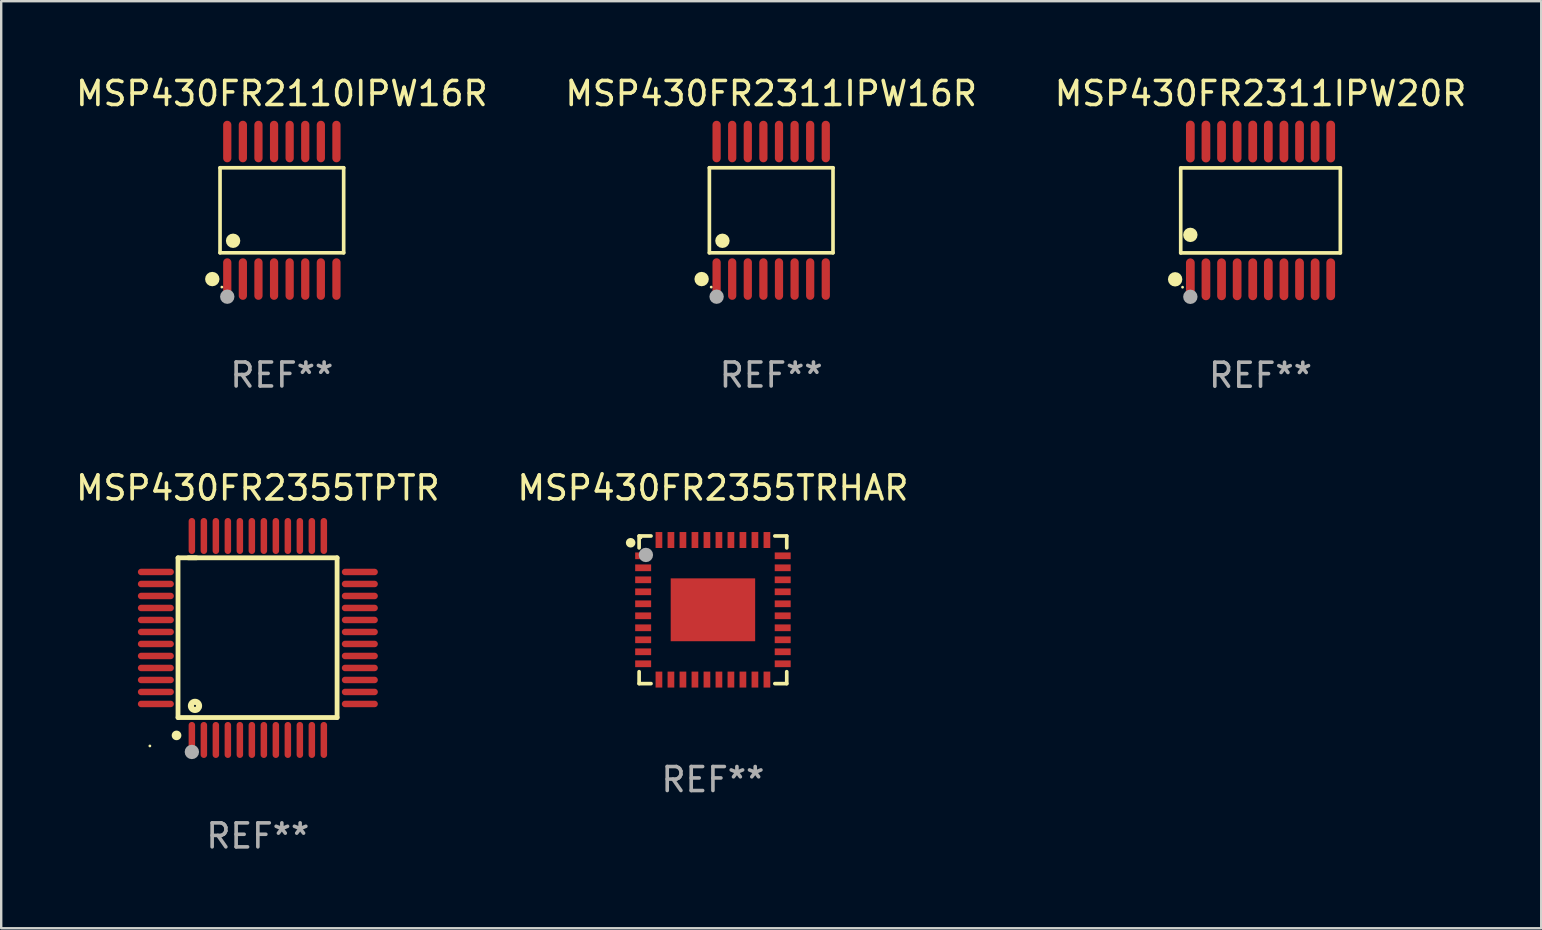
<source format=kicad_pcb>
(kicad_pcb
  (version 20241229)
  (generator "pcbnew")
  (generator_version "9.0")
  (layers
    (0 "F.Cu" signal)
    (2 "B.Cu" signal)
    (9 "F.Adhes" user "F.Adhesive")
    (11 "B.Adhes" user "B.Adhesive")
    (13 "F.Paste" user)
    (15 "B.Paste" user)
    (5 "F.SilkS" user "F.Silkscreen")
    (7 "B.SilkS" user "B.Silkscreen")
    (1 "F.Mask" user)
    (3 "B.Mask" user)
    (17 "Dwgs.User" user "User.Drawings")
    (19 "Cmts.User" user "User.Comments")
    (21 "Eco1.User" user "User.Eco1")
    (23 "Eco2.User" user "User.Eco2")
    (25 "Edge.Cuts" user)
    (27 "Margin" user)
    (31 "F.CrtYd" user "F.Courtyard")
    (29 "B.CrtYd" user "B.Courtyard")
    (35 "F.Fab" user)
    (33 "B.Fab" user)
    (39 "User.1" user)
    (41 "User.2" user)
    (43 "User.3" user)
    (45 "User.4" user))
  (footprint "MSP430FR2355TRHAR"
    (layer "F.Cu")
    (at 26.661 22.363)
    (property "Reference" "MSP430FR2355TRHAR" (at 0 -5.076 0) (layer "F.SilkS") (effects (font (size 1 1) (thickness 0.15))))
    (attr through_hole)
    (fp_line (start -3.076 -3.076) (end -3.076 -2.58) (stroke (width 0.152) (type solid)) (layer "F.SilkS"))
    (fp_line (start -3.076 3.076) (end -3.076 2.58) (stroke (width 0.152) (type solid)) (layer "F.SilkS"))
    (fp_line (start -2.58 -3.076) (end -3.076 -3.076) (stroke (width 0.152) (type solid)) (layer "F.SilkS"))
    (fp_line (start -2.58 3.076) (end -3.076 3.076) (stroke (width 0.152) (type solid)) (layer "F.SilkS"))
    (fp_line (start 2.58 -3.076) (end 3.076 -3.076) (stroke (width 0.152) (type solid)) (layer "F.SilkS"))
    (fp_line (start 2.58 3.076) (end 3.076 3.076) (stroke (width 0.152) (type solid)) (layer "F.SilkS"))
    (fp_line (start 3.076 -3.076) (end 3.076 -2.58) (stroke (width 0.152) (type solid)) (layer "F.SilkS"))
    (fp_line (start 3.076 3.076) (end 3.076 2.58) (stroke (width 0.152) (type solid)) (layer "F.SilkS"))
    (fp_circle (center -3.429 -2.794) (end -3.329 -2.794) (stroke (width 0.2) (type solid)) (fill no) (layer "F.SilkS"))
    (fp_circle (center -3 -3) (end -2.97 -3) (stroke (width 0.06) (type solid)) (fill no) (layer "F.SilkS"))
    (fp_circle (center -2.794 -2.286) (end -2.644 -2.286) (stroke (width 0.3) (type solid)) (fill no) (layer "F.Fab"))
    (fp_text user "REF**" (at 0 7.076 0) (layer "F.Fab") (effects (font (size 1 1) (thickness 0.15))))
    (pad "1" smd rect (at -2.908 -2.25) (size 0.665 0.28) (layers "F.Cu" "F.Mask" "F.Paste"))
    (pad "2" smd rect (at -2.908 -1.75) (size 0.665 0.28) (layers "F.Cu" "F.Mask" "F.Paste"))
    (pad "3" smd rect (at -2.908 -1.25) (size 0.665 0.28) (layers "F.Cu" "F.Mask" "F.Paste"))
    (pad "4" smd rect (at -2.908 -0.75) (size 0.665 0.28) (layers "F.Cu" "F.Mask" "F.Paste"))
    (pad "5" smd rect (at -2.908 -0.25) (size 0.665 0.28) (layers "F.Cu" "F.Mask" "F.Paste"))
    (pad "6" smd rect (at -2.908 0.25) (size 0.665 0.28) (layers "F.Cu" "F.Mask" "F.Paste"))
    (pad "7" smd rect (at -2.908 0.75) (size 0.665 0.28) (layers "F.Cu" "F.Mask" "F.Paste"))
    (pad "8" smd rect (at -2.908 1.25) (size 0.665 0.28) (layers "F.Cu" "F.Mask" "F.Paste"))
    (pad "9" smd rect (at -2.908 1.75) (size 0.665 0.28) (layers "F.Cu" "F.Mask" "F.Paste"))
    (pad "10" smd rect (at -2.908 2.25) (size 0.665 0.28) (layers "F.Cu" "F.Mask" "F.Paste"))
    (pad "11" smd rect (at -2.25 2.908) (size 0.28 0.665) (layers "F.Cu" "F.Mask" "F.Paste"))
    (pad "12" smd rect (at -1.75 2.908) (size 0.28 0.665) (layers "F.Cu" "F.Mask" "F.Paste"))
    (pad "13" smd rect (at -1.25 2.908) (size 0.28 0.665) (layers "F.Cu" "F.Mask" "F.Paste"))
    (pad "14" smd rect (at -0.75 2.908) (size 0.28 0.665) (layers "F.Cu" "F.Mask" "F.Paste"))
    (pad "15" smd rect (at -0.25 2.908) (size 0.28 0.665) (layers "F.Cu" "F.Mask" "F.Paste"))
    (pad "16" smd rect (at 0.25 2.908) (size 0.28 0.665) (layers "F.Cu" "F.Mask" "F.Paste"))
    (pad "17" smd rect (at 0.75 2.908) (size 0.28 0.665) (layers "F.Cu" "F.Mask" "F.Paste"))
    (pad "18" smd rect (at 1.25 2.908) (size 0.28 0.665) (layers "F.Cu" "F.Mask" "F.Paste"))
    (pad "19" smd rect (at 1.75 2.908) (size 0.28 0.665) (layers "F.Cu" "F.Mask" "F.Paste"))
    (pad "20" smd rect (at 2.25 2.908) (size 0.28 0.665) (layers "F.Cu" "F.Mask" "F.Paste"))
    (pad "21" smd rect (at 2.908 2.25) (size 0.665 0.28) (layers "F.Cu" "F.Mask" "F.Paste"))
    (pad "22" smd rect (at 2.908 1.75) (size 0.665 0.28) (layers "F.Cu" "F.Mask" "F.Paste"))
    (pad "23" smd rect (at 2.908 1.25) (size 0.665 0.28) (layers "F.Cu" "F.Mask" "F.Paste"))
    (pad "24" smd rect (at 2.908 0.75) (size 0.665 0.28) (layers "F.Cu" "F.Mask" "F.Paste"))
    (pad "25" smd rect (at 2.908 0.25) (size 0.665 0.28) (layers "F.Cu" "F.Mask" "F.Paste"))
    (pad "26" smd rect (at 2.908 -0.25) (size 0.665 0.28) (layers "F.Cu" "F.Mask" "F.Paste"))
    (pad "27" smd rect (at 2.908 -0.75) (size 0.665 0.28) (layers "F.Cu" "F.Mask" "F.Paste"))
    (pad "28" smd rect (at 2.908 -1.25) (size 0.665 0.28) (layers "F.Cu" "F.Mask" "F.Paste"))
    (pad "29" smd rect (at 2.908 -1.75) (size 0.665 0.28) (layers "F.Cu" "F.Mask" "F.Paste"))
    (pad "30" smd rect (at 2.908 -2.25) (size 0.665 0.28) (layers "F.Cu" "F.Mask" "F.Paste"))
    (pad "31" smd rect (at 2.25 -2.908) (size 0.28 0.665) (layers "F.Cu" "F.Mask" "F.Paste"))
    (pad "32" smd rect (at 1.75 -2.908) (size 0.28 0.665) (layers "F.Cu" "F.Mask" "F.Paste"))
    (pad "33" smd rect (at 1.25 -2.908) (size 0.28 0.665) (layers "F.Cu" "F.Mask" "F.Paste"))
    (pad "34" smd rect (at 0.75 -2.908) (size 0.28 0.665) (layers "F.Cu" "F.Mask" "F.Paste"))
    (pad "35" smd rect (at 0.25 -2.908) (size 0.28 0.665) (layers "F.Cu" "F.Mask" "F.Paste"))
    (pad "36" smd rect (at -0.25 -2.908) (size 0.28 0.665) (layers "F.Cu" "F.Mask" "F.Paste"))
    (pad "37" smd rect (at -0.75 -2.908) (size 0.28 0.665) (layers "F.Cu" "F.Mask" "F.Paste"))
    (pad "38" smd rect (at -1.25 -2.908) (size 0.28 0.665) (layers "F.Cu" "F.Mask" "F.Paste"))
    (pad "39" smd rect (at -1.75 -2.908) (size 0.28 0.665) (layers "F.Cu" "F.Mask" "F.Paste"))
    (pad "40" smd rect (at -2.25 -2.908) (size 0.28 0.665) (layers "F.Cu" "F.Mask" "F.Paste"))
    (pad "41" smd rect (at 0 0) (size 3.52 2.62) (layers "F.Cu" "F.Mask" "F.Paste")))
  (footprint "MSP430FR2355TPTR"
    (layer "F.Cu")
    (at 7.696 23.537)
    (property "Reference" "MSP430FR2355TPTR" (at 0 -6.25 0) (layer "F.SilkS") (effects (font (size 1 1) (thickness 0.15))))
    (attr through_hole)
    (fp_line (start -3.327 -3.34) (end -2.565 -3.34) (stroke (width 0.2) (type solid)) (layer "F.SilkS"))
    (fp_line (start -3.327 3.315) (end -3.327 -3.34) (stroke (width 0.2) (type solid)) (layer "F.SilkS"))
    (fp_line (start -2.896 -3.34) (end 3.302 -3.34) (stroke (width 0.2) (type solid)) (layer "F.SilkS"))
    (fp_line (start 3.302 -3.34) (end 3.302 3.315) (stroke (width 0.2) (type solid)) (layer "F.SilkS"))
    (fp_line (start 3.302 3.315) (end -3.327 3.315) (stroke (width 0.2) (type solid)) (layer "F.SilkS"))
    (fp_arc (start -3.389992 4.059995) (mid -3.388722 4.059991) (end -3.387452 4.059995) (stroke (width 0.4) (type solid)) (layer "F.SilkS"))
    (fp_circle (center -4.5 4.5) (end -4.47 4.5) (stroke (width 0.06) (type solid)) (fill no) (layer "F.SilkS"))
    (fp_circle (center -2.62 2.83) (end -2.45 2.83) (stroke (width 0.254) (type solid)) (fill no) (layer "F.SilkS"))
    (fp_circle (center -2.75 4.75) (end -2.6 4.75) (stroke (width 0.3) (type solid)) (fill no) (layer "F.Fab"))
    (fp_text user "REF**" (at 0 8.25 0) (layer "F.Fab") (effects (font (size 1 1) (thickness 0.15))))
    (pad "1" smd oval (at -2.75 4.25) (size 0.27 1.5) (layers "F.Cu" "F.Mask" "F.Paste"))
    (pad "2" smd oval (at -2.25 4.25) (size 0.27 1.5) (layers "F.Cu" "F.Mask" "F.Paste"))
    (pad "3" smd oval (at -1.75 4.25) (size 0.27 1.5) (layers "F.Cu" "F.Mask" "F.Paste"))
    (pad "4" smd oval (at -1.25 4.25) (size 0.27 1.5) (layers "F.Cu" "F.Mask" "F.Paste"))
    (pad "5" smd oval (at -0.75 4.25) (size 0.27 1.5) (layers "F.Cu" "F.Mask" "F.Paste"))
    (pad "6" smd oval (at -0.25 4.25) (size 0.27 1.5) (layers "F.Cu" "F.Mask" "F.Paste"))
    (pad "7" smd oval (at 0.25 4.25) (size 0.27 1.5) (layers "F.Cu" "F.Mask" "F.Paste"))
    (pad "8" smd oval (at 0.75 4.25) (size 0.27 1.5) (layers "F.Cu" "F.Mask" "F.Paste"))
    (pad "9" smd oval (at 1.25 4.25) (size 0.27 1.5) (layers "F.Cu" "F.Mask" "F.Paste"))
    (pad "10" smd oval (at 1.75 4.25) (size 0.27 1.5) (layers "F.Cu" "F.Mask" "F.Paste"))
    (pad "11" smd oval (at 2.25 4.25) (size 0.27 1.5) (layers "F.Cu" "F.Mask" "F.Paste"))
    (pad "12" smd oval (at 2.75 4.25) (size 0.27 1.5) (layers "F.Cu" "F.Mask" "F.Paste"))
    (pad "13" smd oval (at 4.25 2.75) (size 1.5 0.27) (layers "F.Cu" "F.Mask" "F.Paste"))
    (pad "14" smd oval (at 4.25 2.25) (size 1.5 0.27) (layers "F.Cu" "F.Mask" "F.Paste"))
    (pad "15" smd oval (at 4.25 1.75) (size 1.5 0.27) (layers "F.Cu" "F.Mask" "F.Paste"))
    (pad "16" smd oval (at 4.25 1.25) (size 1.5 0.27) (layers "F.Cu" "F.Mask" "F.Paste"))
    (pad "17" smd oval (at 4.25 0.75) (size 1.5 0.27) (layers "F.Cu" "F.Mask" "F.Paste"))
    (pad "18" smd oval (at 4.25 0.25) (size 1.5 0.27) (layers "F.Cu" "F.Mask" "F.Paste"))
    (pad "19" smd oval (at 4.25 -0.25) (size 1.5 0.27) (layers "F.Cu" "F.Mask" "F.Paste"))
    (pad "20" smd oval (at 4.25 -0.75) (size 1.5 0.27) (layers "F.Cu" "F.Mask" "F.Paste"))
    (pad "21" smd oval (at 4.25 -1.25) (size 1.5 0.27) (layers "F.Cu" "F.Mask" "F.Paste"))
    (pad "22" smd oval (at 4.25 -1.75) (size 1.5 0.27) (layers "F.Cu" "F.Mask" "F.Paste"))
    (pad "23" smd oval (at 4.25 -2.25) (size 1.5 0.27) (layers "F.Cu" "F.Mask" "F.Paste"))
    (pad "24" smd oval (at 4.25 -2.75) (size 1.5 0.27) (layers "F.Cu" "F.Mask" "F.Paste"))
    (pad "25" smd oval (at 2.75 -4.25) (size 0.27 1.5) (layers "F.Cu" "F.Mask" "F.Paste"))
    (pad "26" smd oval (at 2.25 -4.25) (size 0.27 1.5) (layers "F.Cu" "F.Mask" "F.Paste"))
    (pad "27" smd oval (at 1.75 -4.25) (size 0.27 1.5) (layers "F.Cu" "F.Mask" "F.Paste"))
    (pad "28" smd oval (at 1.25 -4.25) (size 0.27 1.5) (layers "F.Cu" "F.Mask" "F.Paste"))
    (pad "29" smd oval (at 0.75 -4.25) (size 0.27 1.5) (layers "F.Cu" "F.Mask" "F.Paste"))
    (pad "30" smd oval (at 0.25 -4.25) (size 0.27 1.5) (layers "F.Cu" "F.Mask" "F.Paste"))
    (pad "31" smd oval (at -0.25 -4.25) (size 0.27 1.5) (layers "F.Cu" "F.Mask" "F.Paste"))
    (pad "32" smd oval (at -0.75 -4.25) (size 0.27 1.5) (layers "F.Cu" "F.Mask" "F.Paste"))
    (pad "33" smd oval (at -1.25 -4.25) (size 0.27 1.5) (layers "F.Cu" "F.Mask" "F.Paste"))
    (pad "34" smd oval (at -1.75 -4.25) (size 0.27 1.5) (layers "F.Cu" "F.Mask" "F.Paste"))
    (pad "35" smd oval (at -2.25 -4.25) (size 0.27 1.5) (layers "F.Cu" "F.Mask" "F.Paste"))
    (pad "36" smd oval (at -2.75 -4.25) (size 0.27 1.5) (layers "F.Cu" "F.Mask" "F.Paste"))
    (pad "37" smd oval (at -4.25 -2.75) (size 1.5 0.27) (layers "F.Cu" "F.Mask" "F.Paste"))
    (pad "38" smd oval (at -4.25 -2.25) (size 1.5 0.27) (layers "F.Cu" "F.Mask" "F.Paste"))
    (pad "39" smd oval (at -4.25 -1.75) (size 1.5 0.27) (layers "F.Cu" "F.Mask" "F.Paste"))
    (pad "40" smd oval (at -4.25 -1.25) (size 1.5 0.27) (layers "F.Cu" "F.Mask" "F.Paste"))
    (pad "41" smd oval (at -4.25 -0.75) (size 1.5 0.27) (layers "F.Cu" "F.Mask" "F.Paste"))
    (pad "42" smd oval (at -4.25 -0.25) (size 1.5 0.27) (layers "F.Cu" "F.Mask" "F.Paste"))
    (pad "43" smd oval (at -4.25 0.25) (size 1.5 0.27) (layers "F.Cu" "F.Mask" "F.Paste"))
    (pad "44" smd oval (at -4.25 0.75) (size 1.5 0.27) (layers "F.Cu" "F.Mask" "F.Paste"))
    (pad "45" smd oval (at -4.25 1.25) (size 1.5 0.27) (layers "F.Cu" "F.Mask" "F.Paste"))
    (pad "46" smd oval (at -4.25 1.75) (size 1.5 0.27) (layers "F.Cu" "F.Mask" "F.Paste"))
    (pad "47" smd oval (at -4.25 2.25) (size 1.5 0.27) (layers "F.Cu" "F.Mask" "F.Paste"))
    (pad "48" smd oval (at -4.25 2.75) (size 1.5 0.27) (layers "F.Cu" "F.Mask" "F.Paste")))
  (footprint "MSP430FR2311IPW20R"
    (layer "F.Cu")
    (at 49.482 5.719)
    (property "Reference" "MSP430FR2311IPW20R" (at 0 -4.871 0) (layer "F.SilkS") (effects (font (size 1 1) (thickness 0.15))))
    (attr through_hole)
    (fp_line (start -3.326 -1.771) (end 3.326 -1.771) (stroke (width 0.152) (type solid)) (layer "F.SilkS"))
    (fp_line (start -3.326 1.771) (end -3.326 -1.771) (stroke (width 0.152) (type solid)) (layer "F.SilkS"))
    (fp_line (start 3.326 -1.771) (end 3.326 1.771) (stroke (width 0.152) (type solid)) (layer "F.SilkS"))
    (fp_line (start 3.326 1.771) (end -3.326 1.771) (stroke (width 0.152) (type solid)) (layer "F.SilkS"))
    (fp_circle (center -3.559 2.871) (end -3.409 2.871) (stroke (width 0.3) (type solid)) (fill no) (layer "F.SilkS"))
    (fp_circle (center -3.25 3.2) (end -3.22 3.2) (stroke (width 0.06) (type solid)) (fill no) (layer "F.SilkS"))
    (fp_circle (center -2.925 1.019) (end -2.775 1.019) (stroke (width 0.3) (type solid)) (fill no) (layer "F.SilkS"))
    (fp_circle (center -2.925 3.6) (end -2.775 3.6) (stroke (width 0.3) (type solid)) (fill no) (layer "F.Fab"))
    (fp_text user "REF**" (at 0 6.871 0) (layer "F.Fab") (effects (font (size 1 1) (thickness 0.15))))
    (pad "1" smd oval (at -2.925 2.871) (size 0.364 1.742) (layers "F.Cu" "F.Mask" "F.Paste"))
    (pad "2" smd oval (at -2.275 2.871) (size 0.364 1.742) (layers "F.Cu" "F.Mask" "F.Paste"))
    (pad "3" smd oval (at -1.625 2.871) (size 0.364 1.742) (layers "F.Cu" "F.Mask" "F.Paste"))
    (pad "4" smd oval (at -0.975 2.871) (size 0.364 1.742) (layers "F.Cu" "F.Mask" "F.Paste"))
    (pad "5" smd oval (at -0.325 2.871) (size 0.364 1.742) (layers "F.Cu" "F.Mask" "F.Paste"))
    (pad "6" smd oval (at 0.325 2.871) (size 0.364 1.742) (layers "F.Cu" "F.Mask" "F.Paste"))
    (pad "7" smd oval (at 0.975 2.871) (size 0.364 1.742) (layers "F.Cu" "F.Mask" "F.Paste"))
    (pad "8" smd oval (at 1.625 2.871) (size 0.364 1.742) (layers "F.Cu" "F.Mask" "F.Paste"))
    (pad "9" smd oval (at 2.275 2.871) (size 0.364 1.742) (layers "F.Cu" "F.Mask" "F.Paste"))
    (pad "10" smd oval (at 2.925 2.871) (size 0.364 1.742) (layers "F.Cu" "F.Mask" "F.Paste"))
    (pad "11" smd oval (at 2.925 -2.871) (size 0.364 1.742) (layers "F.Cu" "F.Mask" "F.Paste"))
    (pad "12" smd oval (at 2.275 -2.871) (size 0.364 1.742) (layers "F.Cu" "F.Mask" "F.Paste"))
    (pad "13" smd oval (at 1.625 -2.871) (size 0.364 1.742) (layers "F.Cu" "F.Mask" "F.Paste"))
    (pad "14" smd oval (at 0.975 -2.871) (size 0.364 1.742) (layers "F.Cu" "F.Mask" "F.Paste"))
    (pad "15" smd oval (at 0.325 -2.871) (size 0.364 1.742) (layers "F.Cu" "F.Mask" "F.Paste"))
    (pad "16" smd oval (at -0.325 -2.871) (size 0.364 1.742) (layers "F.Cu" "F.Mask" "F.Paste"))
    (pad "17" smd oval (at -0.975 -2.871) (size 0.364 1.742) (layers "F.Cu" "F.Mask" "F.Paste"))
    (pad "18" smd oval (at -1.625 -2.871) (size 0.364 1.742) (layers "F.Cu" "F.Mask" "F.Paste"))
    (pad "19" smd oval (at -2.275 -2.871) (size 0.364 1.742) (layers "F.Cu" "F.Mask" "F.Paste"))
    (pad "20" smd oval (at -2.925 -2.871) (size 0.364 1.742) (layers "F.Cu" "F.Mask" "F.Paste")))
  (footprint "MSP430FR2110IPW16R"
    (layer "F.Cu")
    (at 8.696 5.714)
    (property "Reference" "MSP430FR2110IPW16R" (at 0 -4.866 0) (layer "F.SilkS") (effects (font (size 1 1) (thickness 0.15))))
    (attr through_hole)
    (fp_line (start -2.576 -1.772) (end 2.576 -1.772) (stroke (width 0.152) (type solid)) (layer "F.SilkS"))
    (fp_line (start -2.576 1.771) (end -2.576 -1.772) (stroke (width 0.152) (type solid)) (layer "F.SilkS"))
    (fp_line (start 2.576 -1.772) (end 2.576 1.771) (stroke (width 0.152) (type solid)) (layer "F.SilkS"))
    (fp_line (start 2.576 1.771) (end -2.576 1.771) (stroke (width 0.152) (type solid)) (layer "F.SilkS"))
    (fp_circle (center -2.899 2.866) (end -2.749 2.866) (stroke (width 0.3) (type solid)) (fill no) (layer "F.SilkS"))
    (fp_circle (center -2.5 3.2) (end -2.47 3.2) (stroke (width 0.06) (type solid)) (fill no) (layer "F.SilkS"))
    (fp_circle (center -2.032 1.27) (end -1.882 1.27) (stroke (width 0.3) (type solid)) (fill no) (layer "F.SilkS"))
    (fp_circle (center -2.275 3.6) (end -2.125 3.6) (stroke (width 0.3) (type solid)) (fill no) (layer "F.Fab"))
    (fp_text user "REF**" (at 0 6.866 0) (layer "F.Fab") (effects (font (size 1 1) (thickness 0.15))))
    (pad "1" smd oval (at -2.275 2.866) (size 0.343 1.731) (layers "F.Cu" "F.Mask" "F.Paste"))
    (pad "2" smd oval (at -1.625 2.866) (size 0.343 1.731) (layers "F.Cu" "F.Mask" "F.Paste"))
    (pad "3" smd oval (at -0.975 2.866) (size 0.343 1.731) (layers "F.Cu" "F.Mask" "F.Paste"))
    (pad "4" smd oval (at -0.325 2.866) (size 0.343 1.731) (layers "F.Cu" "F.Mask" "F.Paste"))
    (pad "5" smd oval (at 0.325 2.866) (size 0.343 1.731) (layers "F.Cu" "F.Mask" "F.Paste"))
    (pad "6" smd oval (at 0.975 2.866) (size 0.343 1.731) (layers "F.Cu" "F.Mask" "F.Paste"))
    (pad "7" smd oval (at 1.625 2.866) (size 0.343 1.731) (layers "F.Cu" "F.Mask" "F.Paste"))
    (pad "8" smd oval (at 2.275 2.866) (size 0.343 1.731) (layers "F.Cu" "F.Mask" "F.Paste"))
    (pad "9" smd oval (at 2.275 -2.866) (size 0.343 1.731) (layers "F.Cu" "F.Mask" "F.Paste"))
    (pad "10" smd oval (at 1.625 -2.866) (size 0.343 1.731) (layers "F.Cu" "F.Mask" "F.Paste"))
    (pad "11" smd oval (at 0.975 -2.866) (size 0.343 1.731) (layers "F.Cu" "F.Mask" "F.Paste"))
    (pad "12" smd oval (at 0.325 -2.866) (size 0.343 1.731) (layers "F.Cu" "F.Mask" "F.Paste"))
    (pad "13" smd oval (at -0.325 -2.866) (size 0.343 1.731) (layers "F.Cu" "F.Mask" "F.Paste"))
    (pad "14" smd oval (at -0.975 -2.866) (size 0.343 1.731) (layers "F.Cu" "F.Mask" "F.Paste"))
    (pad "15" smd oval (at -1.625 -2.866) (size 0.343 1.731) (layers "F.Cu" "F.Mask" "F.Paste"))
    (pad "16" smd oval (at -2.275 -2.866) (size 0.343 1.731) (layers "F.Cu" "F.Mask" "F.Paste")))
  (footprint "MSP430FR2311IPW16R"
    (layer "F.Cu")
    (at 29.089 5.714)
    (property "Reference" "MSP430FR2311IPW16R" (at 0 -4.866 0) (layer "F.SilkS") (effects (font (size 1 1) (thickness 0.15))))
    (attr through_hole)
    (fp_line (start -2.576 -1.772) (end 2.576 -1.772) (stroke (width 0.152) (type solid)) (layer "F.SilkS"))
    (fp_line (start -2.576 1.771) (end -2.576 -1.772) (stroke (width 0.152) (type solid)) (layer "F.SilkS"))
    (fp_line (start 2.576 -1.772) (end 2.576 1.771) (stroke (width 0.152) (type solid)) (layer "F.SilkS"))
    (fp_line (start 2.576 1.771) (end -2.576 1.771) (stroke (width 0.152) (type solid)) (layer "F.SilkS"))
    (fp_circle (center -2.899 2.866) (end -2.749 2.866) (stroke (width 0.3) (type solid)) (fill no) (layer "F.SilkS"))
    (fp_circle (center -2.5 3.2) (end -2.47 3.2) (stroke (width 0.06) (type solid)) (fill no) (layer "F.SilkS"))
    (fp_circle (center -2.032 1.27) (end -1.882 1.27) (stroke (width 0.3) (type solid)) (fill no) (layer "F.SilkS"))
    (fp_circle (center -2.275 3.6) (end -2.125 3.6) (stroke (width 0.3) (type solid)) (fill no) (layer "F.Fab"))
    (fp_text user "REF**" (at 0 6.866 0) (layer "F.Fab") (effects (font (size 1 1) (thickness 0.15))))
    (pad "1" smd oval (at -2.275 2.866) (size 0.343 1.731) (layers "F.Cu" "F.Mask" "F.Paste"))
    (pad "2" smd oval (at -1.625 2.866) (size 0.343 1.731) (layers "F.Cu" "F.Mask" "F.Paste"))
    (pad "3" smd oval (at -0.975 2.866) (size 0.343 1.731) (layers "F.Cu" "F.Mask" "F.Paste"))
    (pad "4" smd oval (at -0.325 2.866) (size 0.343 1.731) (layers "F.Cu" "F.Mask" "F.Paste"))
    (pad "5" smd oval (at 0.325 2.866) (size 0.343 1.731) (layers "F.Cu" "F.Mask" "F.Paste"))
    (pad "6" smd oval (at 0.975 2.866) (size 0.343 1.731) (layers "F.Cu" "F.Mask" "F.Paste"))
    (pad "7" smd oval (at 1.625 2.866) (size 0.343 1.731) (layers "F.Cu" "F.Mask" "F.Paste"))
    (pad "8" smd oval (at 2.275 2.866) (size 0.343 1.731) (layers "F.Cu" "F.Mask" "F.Paste"))
    (pad "9" smd oval (at 2.275 -2.866) (size 0.343 1.731) (layers "F.Cu" "F.Mask" "F.Paste"))
    (pad "10" smd oval (at 1.625 -2.866) (size 0.343 1.731) (layers "F.Cu" "F.Mask" "F.Paste"))
    (pad "11" smd oval (at 0.975 -2.866) (size 0.343 1.731) (layers "F.Cu" "F.Mask" "F.Paste"))
    (pad "12" smd oval (at 0.325 -2.866) (size 0.343 1.731) (layers "F.Cu" "F.Mask" "F.Paste"))
    (pad "13" smd oval (at -0.325 -2.866) (size 0.343 1.731) (layers "F.Cu" "F.Mask" "F.Paste"))
    (pad "14" smd oval (at -0.975 -2.866) (size 0.343 1.731) (layers "F.Cu" "F.Mask" "F.Paste"))
    (pad "15" smd oval (at -1.625 -2.866) (size 0.343 1.731) (layers "F.Cu" "F.Mask" "F.Paste"))
    (pad "16" smd oval (at -2.275 -2.866) (size 0.343 1.731) (layers "F.Cu" "F.Mask" "F.Paste")))
  (gr_rect
    (start -3 -3)
    (end 61.179 35.635)
    (stroke (width 0.1) (type default))
    (fill no)
    (layer "Edge.Cuts")))
</source>
